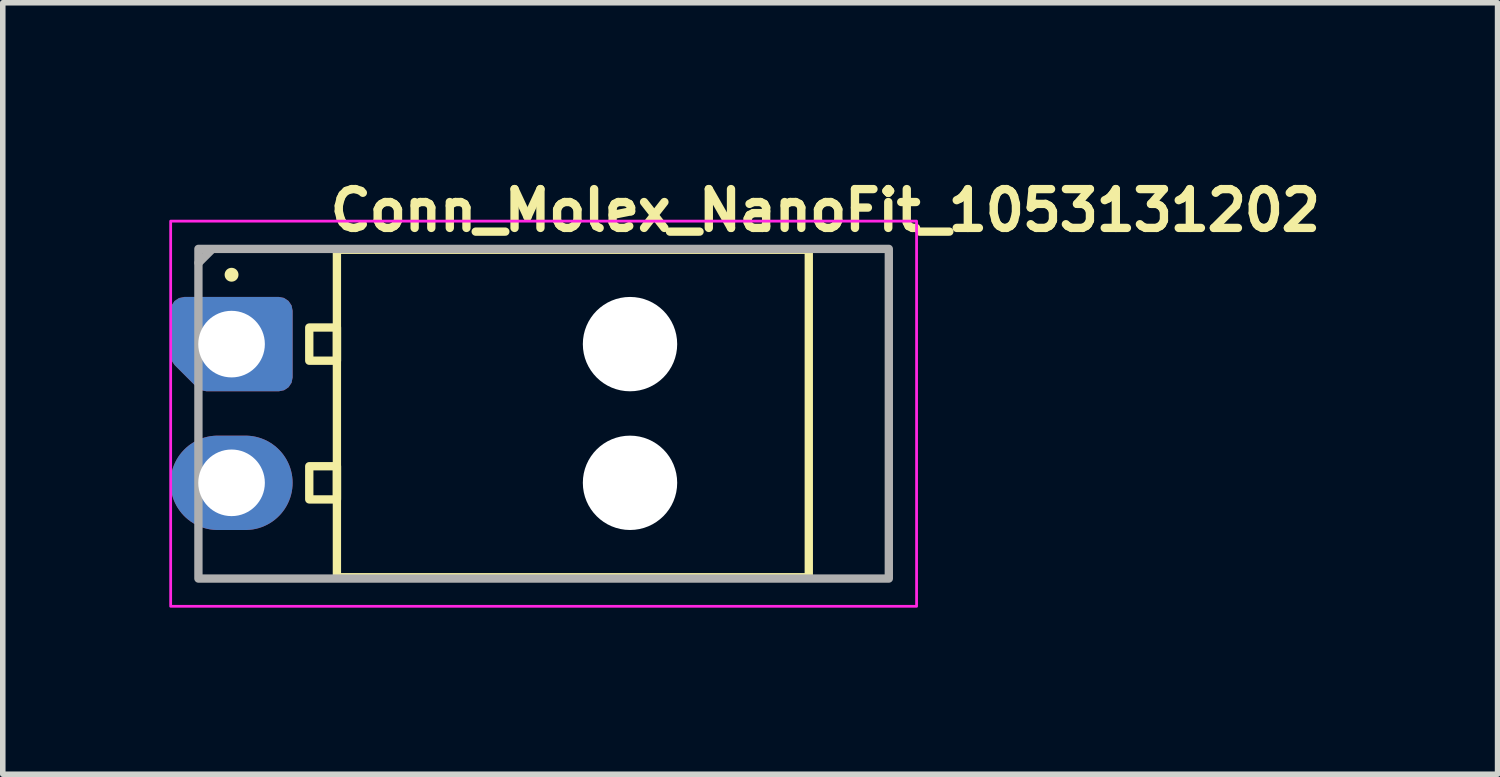
<source format=kicad_pcb>
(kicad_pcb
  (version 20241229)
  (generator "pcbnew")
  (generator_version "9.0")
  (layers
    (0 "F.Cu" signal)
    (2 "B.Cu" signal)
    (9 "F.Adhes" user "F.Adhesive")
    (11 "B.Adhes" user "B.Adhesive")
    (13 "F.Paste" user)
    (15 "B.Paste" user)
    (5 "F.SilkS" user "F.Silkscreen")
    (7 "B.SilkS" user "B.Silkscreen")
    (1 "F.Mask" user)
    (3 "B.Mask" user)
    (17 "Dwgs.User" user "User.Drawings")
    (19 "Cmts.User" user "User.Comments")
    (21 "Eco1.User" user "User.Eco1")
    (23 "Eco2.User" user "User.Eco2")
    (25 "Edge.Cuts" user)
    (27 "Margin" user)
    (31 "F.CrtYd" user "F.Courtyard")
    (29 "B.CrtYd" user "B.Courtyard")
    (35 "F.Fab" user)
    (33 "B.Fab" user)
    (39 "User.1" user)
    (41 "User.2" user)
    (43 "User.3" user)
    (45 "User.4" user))
  (footprint "Conn_Molex_NanoFit_1053131202"
    (layer "F.Cu")
    (at 1.122 3.15)
    (property "Reference" "Conn_Molex_NanoFit_1053131202" (at 1.7 -2 0) (layer "F.SilkS") (effects (font (size 0.7 0.7) (thickness 0.15)) (justify left bottom)))
    (attr through_hole)
    (fp_rect (start 1.4 -0.299) (end 1.899 0.299) (stroke (width 0.15) (type solid)) (fill no) (layer "F.SilkS"))
    (fp_rect (start 1.4 2.2) (end 1.899 2.798) (stroke (width 0.15) (type solid)) (fill no) (layer "F.SilkS"))
    (fp_rect (start 10.4 -1.7) (end 1.898 4.2) (stroke (width 0.15) (type solid)) (fill no) (layer "F.SilkS"))
    (fp_circle (center 0 -1.25) (end 0.05 -1.25) (stroke (width 0.15) (type solid)) (fill yes) (layer "F.SilkS"))
    (fp_rect (start -1.097 -2.216) (end 12.342 4.724) (stroke (width 0.05) (type solid)) (fill no) (layer "F.CrtYd"))
    (fp_line (start -0.35 -1.71) (end -0.595 -1.465) (stroke (width 0.15) (type solid)) (layer "F.Fab"))
    (fp_rect (start -0.597 -1.716) (end 11.842 4.224) (stroke (width 0.15) (type solid)) (fill no) (layer "F.Fab"))
    (fp_rect (start -0.597 -1.716) (end 11.842 4.224) (stroke (width 0.1) (type solid)) (fill no) (layer "User.5"))
    (fp_line (start -0.597 0.005) (end -0.597 0.005) (stroke (width 0.02) (type solid)) (layer "User.9"))
    (fp_line (start -0.597 0.005) (end -0.596 -0.027) (stroke (width 0.02) (type solid)) (layer "User.9"))
    (fp_line (start -0.597 2.504) (end -0.596 2.466) (stroke (width 0.02) (type solid)) (layer "User.9"))
    (fp_line (start -0.596 -0.027) (end -0.594 -0.058) (stroke (width 0.02) (type solid)) (layer "User.9"))
    (fp_line (start -0.596 0.035) (end -0.597 0.005) (stroke (width 0.02) (type solid)) (layer "User.9"))
    (fp_line (start -0.596 2.466) (end -0.592 2.426) (stroke (width 0.02) (type solid)) (layer "User.9"))
    (fp_line (start -0.596 2.543) (end -0.597 2.504) (stroke (width 0.02) (type solid)) (layer "User.9"))
    (fp_line (start -0.594 -0.058) (end -0.59 -0.088) (stroke (width 0.02) (type solid)) (layer "User.9"))
    (fp_line (start -0.594 0.066) (end -0.596 0.035) (stroke (width 0.02) (type solid)) (layer "User.9"))
    (fp_line (start -0.592 2.426) (end -0.586 2.389) (stroke (width 0.02) (type solid)) (layer "User.9"))
    (fp_line (start -0.592 2.581) (end -0.596 2.543) (stroke (width 0.02) (type solid)) (layer "User.9"))
    (fp_line (start -0.59 -0.088) (end -0.585 -0.117) (stroke (width 0.02) (type solid)) (layer "User.9"))
    (fp_line (start -0.59 0.096) (end -0.594 0.066) (stroke (width 0.02) (type solid)) (layer "User.9"))
    (fp_line (start -0.586 2.389) (end -0.577 2.35) (stroke (width 0.02) (type solid)) (layer "User.9"))
    (fp_line (start -0.586 2.62) (end -0.592 2.581) (stroke (width 0.02) (type solid)) (layer "User.9"))
    (fp_line (start -0.585 -0.117) (end -0.578 -0.145) (stroke (width 0.02) (type solid)) (layer "User.9"))
    (fp_line (start -0.585 0.124) (end -0.59 0.096) (stroke (width 0.02) (type solid)) (layer "User.9"))
    (fp_line (start -0.578 -0.145) (end -0.571 -0.175) (stroke (width 0.02) (type solid)) (layer "User.9"))
    (fp_line (start -0.578 0.153) (end -0.585 0.124) (stroke (width 0.02) (type solid)) (layer "User.9"))
    (fp_line (start -0.577 2.35) (end -0.567 2.313) (stroke (width 0.02) (type solid)) (layer "User.9"))
    (fp_line (start -0.577 2.659) (end -0.586 2.62) (stroke (width 0.02) (type solid)) (layer "User.9"))
    (fp_line (start -0.571 -0.175) (end -0.562 -0.203) (stroke (width 0.02) (type solid)) (layer "User.9"))
    (fp_line (start -0.571 0.182) (end -0.578 0.153) (stroke (width 0.02) (type solid)) (layer "User.9"))
    (fp_line (start -0.567 2.313) (end -0.553 2.276) (stroke (width 0.02) (type solid)) (layer "User.9"))
    (fp_line (start -0.567 2.696) (end -0.577 2.659) (stroke (width 0.02) (type solid)) (layer "User.9"))
    (fp_line (start -0.562 -0.203) (end -0.551 -0.23) (stroke (width 0.02) (type solid)) (layer "User.9"))
    (fp_line (start -0.562 0.21) (end -0.571 0.182) (stroke (width 0.02) (type solid)) (layer "User.9"))
    (fp_line (start -0.553 2.276) (end -0.537 2.24) (stroke (width 0.02) (type solid)) (layer "User.9"))
    (fp_line (start -0.553 2.733) (end -0.567 2.696) (stroke (width 0.02) (type solid)) (layer "User.9"))
    (fp_line (start -0.551 -0.23) (end -0.539 -0.255) (stroke (width 0.02) (type solid)) (layer "User.9"))
    (fp_line (start -0.551 0.238) (end -0.562 0.21) (stroke (width 0.02) (type solid)) (layer "User.9"))
    (fp_line (start -0.539 -0.255) (end -0.526 -0.282) (stroke (width 0.02) (type solid)) (layer "User.9"))
    (fp_line (start -0.539 0.265) (end -0.551 0.238) (stroke (width 0.02) (type solid)) (layer "User.9"))
    (fp_line (start -0.537 2.24) (end -0.518 2.205) (stroke (width 0.02) (type solid)) (layer "User.9"))
    (fp_line (start -0.537 2.769) (end -0.553 2.733) (stroke (width 0.02) (type solid)) (layer "User.9"))
    (fp_line (start -0.526 -0.282) (end -0.51 -0.306) (stroke (width 0.02) (type solid)) (layer "User.9"))
    (fp_line (start -0.526 0.29) (end -0.539 0.265) (stroke (width 0.02) (type solid)) (layer "User.9"))
    (fp_line (start -0.518 2.205) (end -0.518 2.205) (stroke (width 0.02) (type solid)) (layer "User.9"))
    (fp_line (start -0.518 2.205) (end -0.507 2.186) (stroke (width 0.02) (type solid)) (layer "User.9"))
    (fp_line (start -0.518 2.805) (end -0.537 2.769) (stroke (width 0.02) (type solid)) (layer "User.9"))
    (fp_line (start -0.518 2.805) (end -0.518 2.805) (stroke (width 0.02) (type solid)) (layer "User.9"))
    (fp_line (start -0.51 -0.306) (end -0.495 -0.332) (stroke (width 0.02) (type solid)) (layer "User.9"))
    (fp_line (start -0.51 0.315) (end -0.526 0.29) (stroke (width 0.02) (type solid)) (layer "User.9"))
    (fp_line (start -0.507 2.186) (end -0.496 2.171) (stroke (width 0.02) (type solid)) (layer "User.9"))
    (fp_line (start -0.496 2.171) (end -0.484 2.153) (stroke (width 0.02) (type solid)) (layer "User.9"))
    (fp_line (start -0.496 2.838) (end -0.518 2.805) (stroke (width 0.02) (type solid)) (layer "User.9"))
    (fp_line (start -0.495 -0.332) (end -0.479 -0.354) (stroke (width 0.02) (type solid)) (layer "User.9"))
    (fp_line (start -0.495 0.34) (end -0.51 0.315) (stroke (width 0.02) (type solid)) (layer "User.9"))
    (fp_line (start -0.484 2.153) (end -0.474 2.137) (stroke (width 0.02) (type solid)) (layer "User.9"))
    (fp_line (start -0.479 -0.354) (end -0.461 -0.377) (stroke (width 0.02) (type solid)) (layer "User.9"))
    (fp_line (start -0.479 0.362) (end -0.495 0.34) (stroke (width 0.02) (type solid)) (layer "User.9"))
    (fp_line (start -0.474 2.137) (end -0.461 2.123) (stroke (width 0.02) (type solid)) (layer "User.9"))
    (fp_line (start -0.474 2.87) (end -0.496 2.838) (stroke (width 0.02) (type solid)) (layer "User.9"))
    (fp_line (start -0.461 -0.377) (end -0.441 -0.4) (stroke (width 0.02) (type solid)) (layer "User.9"))
    (fp_line (start -0.461 0.386) (end -0.479 0.362) (stroke (width 0.02) (type solid)) (layer "User.9"))
    (fp_line (start -0.461 2.123) (end -0.448 2.108) (stroke (width 0.02) (type solid)) (layer "User.9"))
    (fp_line (start -0.448 2.108) (end -0.434 2.092) (stroke (width 0.02) (type solid)) (layer "User.9"))
    (fp_line (start -0.448 2.901) (end -0.474 2.87) (stroke (width 0.02) (type solid)) (layer "User.9"))
    (fp_line (start -0.441 -0.4) (end -0.421 -0.42) (stroke (width 0.02) (type solid)) (layer "User.9"))
    (fp_line (start -0.441 0.408) (end -0.461 0.386) (stroke (width 0.02) (type solid)) (layer "User.9"))
    (fp_line (start -0.434 2.092) (end -0.421 2.079) (stroke (width 0.02) (type solid)) (layer "User.9"))
    (fp_line (start -0.421 -0.42) (end -0.402 -0.439) (stroke (width 0.02) (type solid)) (layer "User.9"))
    (fp_line (start -0.421 0.428) (end -0.441 0.408) (stroke (width 0.02) (type solid)) (layer "User.9"))
    (fp_line (start -0.421 2.079) (end -0.408 2.065) (stroke (width 0.02) (type solid)) (layer "User.9"))
    (fp_line (start -0.421 2.93) (end -0.448 2.901) (stroke (width 0.02) (type solid)) (layer "User.9"))
    (fp_line (start -0.408 2.065) (end -0.393 2.052) (stroke (width 0.02) (type solid)) (layer "User.9"))
    (fp_line (start -0.402 -0.439) (end -0.379 -0.459) (stroke (width 0.02) (type solid)) (layer "User.9"))
    (fp_line (start -0.402 0.449) (end -0.421 0.428) (stroke (width 0.02) (type solid)) (layer "User.9"))
    (fp_line (start -0.393 2.052) (end -0.377 2.039) (stroke (width 0.02) (type solid)) (layer "User.9"))
    (fp_line (start -0.393 2.955) (end -0.421 2.93) (stroke (width 0.02) (type solid)) (layer "User.9"))
    (fp_line (start -0.379 -0.459) (end -0.356 -0.477) (stroke (width 0.02) (type solid)) (layer "User.9"))
    (fp_line (start -0.379 0.467) (end -0.402 0.449) (stroke (width 0.02) (type solid)) (layer "User.9"))
    (fp_line (start -0.377 2.039) (end -0.362 2.027) (stroke (width 0.02) (type solid)) (layer "User.9"))
    (fp_line (start -0.362 2.027) (end -0.347 2.015) (stroke (width 0.02) (type solid)) (layer "User.9"))
    (fp_line (start -0.362 2.98) (end -0.393 2.955) (stroke (width 0.02) (type solid)) (layer "User.9"))
    (fp_line (start -0.356 -0.477) (end -0.334 -0.493) (stroke (width 0.02) (type solid)) (layer "User.9"))
    (fp_line (start -0.356 0.484) (end -0.379 0.467) (stroke (width 0.02) (type solid)) (layer "User.9"))
    (fp_line (start -0.347 2.015) (end -0.331 2.004) (stroke (width 0.02) (type solid)) (layer "User.9"))
    (fp_line (start -0.334 -0.493) (end -0.308 -0.508) (stroke (width 0.02) (type solid)) (layer "User.9"))
    (fp_line (start -0.334 0.501) (end -0.356 0.484) (stroke (width 0.02) (type solid)) (layer "User.9"))
    (fp_line (start -0.331 2.004) (end -0.314 1.995) (stroke (width 0.02) (type solid)) (layer "User.9"))
    (fp_line (start -0.331 3.003) (end -0.362 2.98) (stroke (width 0.02) (type solid)) (layer "User.9"))
    (fp_line (start -0.315 -0.313) (end -0.309 -0.313) (stroke (width 0.02) (type solid)) (layer "User.9"))
    (fp_line (start -0.315 0.322) (end -0.315 -0.313) (stroke (width 0.02) (type solid)) (layer "User.9"))
    (fp_line (start -0.315 0.322) (end -0.309 0.322) (stroke (width 0.02) (type solid)) (layer "User.9"))
    (fp_line (start -0.315 2.186) (end -0.309 2.186) (stroke (width 0.02) (type solid)) (layer "User.9"))
    (fp_line (start -0.315 2.822) (end -0.315 2.186) (stroke (width 0.02) (type solid)) (layer "User.9"))
    (fp_line (start -0.315 2.822) (end -0.309 2.822) (stroke (width 0.02) (type solid)) (layer "User.9"))
    (fp_line (start -0.314 1.995) (end -0.297 1.985) (stroke (width 0.02) (type solid)) (layer "User.9"))
    (fp_line (start -0.309 -0.313) (end -0.309 -0.313) (stroke (width 0.02) (type solid)) (layer "User.9"))
    (fp_line (start -0.309 -0.313) (end -0.291 -0.313) (stroke (width 0.02) (type solid)) (layer "User.9"))
    (fp_line (start -0.309 0.322) (end -0.309 0.322) (stroke (width 0.02) (type solid)) (layer "User.9"))
    (fp_line (start -0.309 0.322) (end -0.291 0.322) (stroke (width 0.02) (type solid)) (layer "User.9"))
    (fp_line (start -0.309 2.186) (end -0.309 2.186) (stroke (width 0.02) (type solid)) (layer "User.9"))
    (fp_line (start -0.309 2.186) (end -0.291 2.186) (stroke (width 0.02) (type solid)) (layer "User.9"))
    (fp_line (start -0.309 2.822) (end -0.309 2.822) (stroke (width 0.02) (type solid)) (layer "User.9"))
    (fp_line (start -0.309 2.822) (end -0.291 2.822) (stroke (width 0.02) (type solid)) (layer "User.9"))
    (fp_line (start -0.308 -0.508) (end -0.284 -0.524) (stroke (width 0.02) (type solid)) (layer "User.9"))
    (fp_line (start -0.308 0.518) (end -0.334 0.501) (stroke (width 0.02) (type solid)) (layer "User.9"))
    (fp_line (start -0.297 1.985) (end -0.281 1.975) (stroke (width 0.02) (type solid)) (layer "User.9"))
    (fp_line (start -0.297 3.023) (end -0.331 3.003) (stroke (width 0.02) (type solid)) (layer "User.9"))
    (fp_line (start -0.291 -0.313) (end -0.291 -0.313) (stroke (width 0.02) (type solid)) (layer "User.9"))
    (fp_line (start -0.291 -0.313) (end -0.263 -0.313) (stroke (width 0.02) (type solid)) (layer "User.9"))
    (fp_line (start -0.291 0.322) (end -0.291 0.322) (stroke (width 0.02) (type solid)) (layer "User.9"))
    (fp_line (start -0.291 0.322) (end -0.263 0.322) (stroke (width 0.02) (type solid)) (layer "User.9"))
    (fp_line (start -0.291 2.186) (end -0.291 2.186) (stroke (width 0.02) (type solid)) (layer "User.9"))
    (fp_line (start -0.291 2.186) (end -0.263 2.186) (stroke (width 0.02) (type solid)) (layer "User.9"))
    (fp_line (start -0.291 2.822) (end -0.291 2.822) (stroke (width 0.02) (type solid)) (layer "User.9"))
    (fp_line (start -0.291 2.822) (end -0.263 2.822) (stroke (width 0.02) (type solid)) (layer "User.9"))
    (fp_line (start -0.284 -0.524) (end -0.258 -0.537) (stroke (width 0.02) (type solid)) (layer "User.9"))
    (fp_line (start -0.284 0.532) (end -0.308 0.518) (stroke (width 0.02) (type solid)) (layer "User.9"))
    (fp_line (start -0.281 1.975) (end -0.264 1.967) (stroke (width 0.02) (type solid)) (layer "User.9"))
    (fp_line (start -0.264 1.967) (end -0.246 1.957) (stroke (width 0.02) (type solid)) (layer "User.9"))
    (fp_line (start -0.264 3.043) (end -0.297 3.023) (stroke (width 0.02) (type solid)) (layer "User.9"))
    (fp_line (start -0.263 -0.313) (end -0.263 -0.313) (stroke (width 0.02) (type solid)) (layer "User.9"))
    (fp_line (start -0.263 -0.313) (end -0.222 -0.313) (stroke (width 0.02) (type solid)) (layer "User.9"))
    (fp_line (start -0.263 0.322) (end -0.263 0.322) (stroke (width 0.02) (type solid)) (layer "User.9"))
    (fp_line (start -0.263 0.322) (end -0.222 0.322) (stroke (width 0.02) (type solid)) (layer "User.9"))
    (fp_line (start -0.263 2.186) (end -0.263 2.186) (stroke (width 0.02) (type solid)) (layer "User.9"))
    (fp_line (start -0.263 2.186) (end -0.222 2.186) (stroke (width 0.02) (type solid)) (layer "User.9"))
    (fp_line (start -0.263 2.822) (end -0.263 2.822) (stroke (width 0.02) (type solid)) (layer "User.9"))
    (fp_line (start -0.263 2.822) (end -0.222 2.822) (stroke (width 0.02) (type solid)) (layer "User.9"))
    (fp_line (start -0.258 -0.537) (end -0.232 -0.549) (stroke (width 0.02) (type solid)) (layer "User.9"))
    (fp_line (start -0.258 0.545) (end -0.284 0.532) (stroke (width 0.02) (type solid)) (layer "User.9"))
    (fp_line (start -0.246 1.957) (end -0.229 1.951) (stroke (width 0.02) (type solid)) (layer "User.9"))
    (fp_line (start -0.232 -0.549) (end -0.205 -0.56) (stroke (width 0.02) (type solid)) (layer "User.9"))
    (fp_line (start -0.232 0.557) (end -0.258 0.545) (stroke (width 0.02) (type solid)) (layer "User.9"))
    (fp_line (start -0.229 1.951) (end -0.21 1.943) (stroke (width 0.02) (type solid)) (layer "User.9"))
    (fp_line (start -0.229 3.059) (end -0.264 3.043) (stroke (width 0.02) (type solid)) (layer "User.9"))
    (fp_line (start -0.222 -0.313) (end -0.222 -0.313) (stroke (width 0.02) (type solid)) (layer "User.9"))
    (fp_line (start -0.222 -0.313) (end -0.173 -0.313) (stroke (width 0.02) (type solid)) (layer "User.9"))
    (fp_line (start -0.222 0.322) (end -0.222 0.322) (stroke (width 0.02) (type solid)) (layer "User.9"))
    (fp_line (start -0.222 0.322) (end -0.173 0.322) (stroke (width 0.02) (type solid)) (layer "User.9"))
    (fp_line (start -0.222 2.186) (end -0.222 2.186) (stroke (width 0.02) (type solid)) (layer "User.9"))
    (fp_line (start -0.222 2.186) (end -0.173 2.186) (stroke (width 0.02) (type solid)) (layer "User.9"))
    (fp_line (start -0.222 2.822) (end -0.222 2.822) (stroke (width 0.02) (type solid)) (layer "User.9"))
    (fp_line (start -0.222 2.822) (end -0.173 2.822) (stroke (width 0.02) (type solid)) (layer "User.9"))
    (fp_line (start -0.21 1.943) (end -0.191 1.937) (stroke (width 0.02) (type solid)) (layer "User.9"))
    (fp_line (start -0.205 -0.56) (end -0.176 -0.569) (stroke (width 0.02) (type solid)) (layer "User.9"))
    (fp_line (start -0.205 0.568) (end -0.232 0.557) (stroke (width 0.02) (type solid)) (layer "User.9"))
    (fp_line (start -0.191 1.937) (end -0.174 1.931) (stroke (width 0.02) (type solid)) (layer "User.9"))
    (fp_line (start -0.191 3.072) (end -0.229 3.059) (stroke (width 0.02) (type solid)) (layer "User.9"))
    (fp_line (start -0.176 -0.569) (end -0.147 -0.577) (stroke (width 0.02) (type solid)) (layer "User.9"))
    (fp_line (start -0.176 0.577) (end -0.205 0.568) (stroke (width 0.02) (type solid)) (layer "User.9"))
    (fp_line (start -0.174 1.931) (end -0.154 1.925) (stroke (width 0.02) (type solid)) (layer "User.9"))
    (fp_line (start -0.173 -0.313) (end -0.173 -0.313) (stroke (width 0.02) (type solid)) (layer "User.9"))
    (fp_line (start -0.173 -0.313) (end -0.111 -0.313) (stroke (width 0.02) (type solid)) (layer "User.9"))
    (fp_line (start -0.173 0.322) (end -0.173 0.322) (stroke (width 0.02) (type solid)) (layer "User.9"))
    (fp_line (start -0.173 0.322) (end -0.111 0.322) (stroke (width 0.02) (type solid)) (layer "User.9"))
    (fp_line (start -0.173 2.186) (end -0.173 2.186) (stroke (width 0.02) (type solid)) (layer "User.9"))
    (fp_line (start -0.173 2.186) (end -0.111 2.186) (stroke (width 0.02) (type solid)) (layer "User.9"))
    (fp_line (start -0.173 2.822) (end -0.173 2.822) (stroke (width 0.02) (type solid)) (layer "User.9"))
    (fp_line (start -0.173 2.822) (end -0.111 2.822) (stroke (width 0.02) (type solid)) (layer "User.9"))
    (fp_line (start -0.154 1.925) (end -0.136 1.921) (stroke (width 0.02) (type solid)) (layer "User.9"))
    (fp_line (start -0.154 3.084) (end -0.191 3.072) (stroke (width 0.02) (type solid)) (layer "User.9"))
    (fp_line (start -0.147 -0.577) (end -0.119 -0.583) (stroke (width 0.02) (type solid)) (layer "User.9"))
    (fp_line (start -0.147 0.585) (end -0.176 0.577) (stroke (width 0.02) (type solid)) (layer "User.9"))
    (fp_line (start -0.136 1.921) (end -0.117 1.916) (stroke (width 0.02) (type solid)) (layer "User.9"))
    (fp_line (start -0.119 -0.583) (end -0.089 -0.588) (stroke (width 0.02) (type solid)) (layer "User.9"))
    (fp_line (start -0.119 0.591) (end -0.147 0.585) (stroke (width 0.02) (type solid)) (layer "User.9"))
    (fp_line (start -0.117 1.916) (end -0.096 1.912) (stroke (width 0.02) (type solid)) (layer "User.9"))
    (fp_line (start -0.117 3.092) (end -0.154 3.084) (stroke (width 0.02) (type solid)) (layer "User.9"))
    (fp_line (start -0.111 -0.313) (end -0.111 -0.313) (stroke (width 0.02) (type solid)) (layer "User.9"))
    (fp_line (start -0.111 -0.313) (end -0.042 -0.313) (stroke (width 0.02) (type solid)) (layer "User.9"))
    (fp_line (start -0.111 0.322) (end -0.111 0.322) (stroke (width 0.02) (type solid)) (layer "User.9"))
    (fp_line (start -0.111 0.322) (end -0.042 0.322) (stroke (width 0.02) (type solid)) (layer "User.9"))
    (fp_line (start -0.111 2.186) (end -0.111 2.186) (stroke (width 0.02) (type solid)) (layer "User.9"))
    (fp_line (start -0.111 2.186) (end -0.042 2.186) (stroke (width 0.02) (type solid)) (layer "User.9"))
    (fp_line (start -0.111 2.822) (end -0.111 2.822) (stroke (width 0.02) (type solid)) (layer "User.9"))
    (fp_line (start -0.111 2.822) (end -0.042 2.822) (stroke (width 0.02) (type solid)) (layer "User.9"))
    (fp_line (start -0.096 1.912) (end -0.077 1.91) (stroke (width 0.02) (type solid)) (layer "User.9"))
    (fp_line (start -0.089 -0.588) (end -0.06 -0.592) (stroke (width 0.02) (type solid)) (layer "User.9"))
    (fp_line (start -0.089 0.597) (end -0.119 0.591) (stroke (width 0.02) (type solid)) (layer "User.9"))
    (fp_line (start -0.077 1.91) (end -0.058 1.908) (stroke (width 0.02) (type solid)) (layer "User.9"))
    (fp_line (start -0.077 3.099) (end -0.117 3.092) (stroke (width 0.02) (type solid)) (layer "User.9"))
    (fp_line (start -0.06 -0.592) (end -0.028 -0.595) (stroke (width 0.02) (type solid)) (layer "User.9"))
    (fp_line (start -0.06 0.6) (end -0.089 0.597) (stroke (width 0.02) (type solid)) (layer "User.9"))
    (fp_line (start -0.058 1.908) (end -0.037 1.906) (stroke (width 0.02) (type solid)) (layer "User.9"))
    (fp_line (start -0.042 -0.313) (end -0.042 -0.313) (stroke (width 0.02) (type solid)) (layer "User.9"))
    (fp_line (start -0.042 -0.313) (end 0.619 -0.313) (stroke (width 0.02) (type solid)) (layer "User.9"))
    (fp_line (start -0.042 0.322) (end -0.042 0.322) (stroke (width 0.02) (type solid)) (layer "User.9"))
    (fp_line (start -0.042 0.322) (end 0.619 0.322) (stroke (width 0.02) (type solid)) (layer "User.9"))
    (fp_line (start -0.042 2.186) (end -0.042 2.186) (stroke (width 0.02) (type solid)) (layer "User.9"))
    (fp_line (start -0.042 2.186) (end 0.619 2.186) (stroke (width 0.02) (type solid)) (layer "User.9"))
    (fp_line (start -0.042 2.822) (end -0.042 2.822) (stroke (width 0.02) (type solid)) (layer "User.9"))
    (fp_line (start -0.042 2.822) (end 0.619 2.822) (stroke (width 0.02) (type solid)) (layer "User.9"))
    (fp_line (start -0.037 1.906) (end -0.018 1.904) (stroke (width 0.02) (type solid)) (layer "User.9"))
    (fp_line (start -0.037 3.103) (end -0.077 3.099) (stroke (width 0.02) (type solid)) (layer "User.9"))
    (fp_line (start -0.028 -0.595) (end 0.003 -0.595) (stroke (width 0.02) (type solid)) (layer "User.9"))
    (fp_line (start -0.028 0.603) (end -0.06 0.6) (stroke (width 0.02) (type solid)) (layer "User.9"))
    (fp_line (start -0.018 1.904) (end 0.003 1.904) (stroke (width 0.02) (type solid)) (layer "User.9"))
    (fp_line (start 0.003 -0.595) (end 0.041 -0.594) (stroke (width 0.02) (type solid)) (layer "User.9"))
    (fp_line (start 0.003 0.604) (end -0.028 0.603) (stroke (width 0.02) (type solid)) (layer "User.9"))
    (fp_line (start 0.003 1.904) (end 0.041 1.906) (stroke (width 0.02) (type solid)) (layer "User.9"))
    (fp_line (start 0.003 3.104) (end -0.037 3.103) (stroke (width 0.02) (type solid)) (layer "User.9"))
    (fp_line (start 0.021 0.603) (end 0.003 0.604) (stroke (width 0.02) (type solid)) (layer "User.9"))
    (fp_line (start 0.021 3.104) (end 0.003 3.104) (stroke (width 0.02) (type solid)) (layer "User.9"))
    (fp_line (start 0.041 -0.594) (end 0.08 -0.59) (stroke (width 0.02) (type solid)) (layer "User.9"))
    (fp_line (start 0.041 0.602) (end 0.021 0.603) (stroke (width 0.02) (type solid)) (layer "User.9"))
    (fp_line (start 0.041 1.906) (end 0.08 1.908) (stroke (width 0.02) (type solid)) (layer "User.9"))
    (fp_line (start 0.041 3.103) (end 0.021 3.104) (stroke (width 0.02) (type solid)) (layer "User.9"))
    (fp_line (start 0.059 0.601) (end 0.041 0.602) (stroke (width 0.02) (type solid)) (layer "User.9"))
    (fp_line (start 0.059 3.101) (end 0.041 3.103) (stroke (width 0.02) (type solid)) (layer "User.9"))
    (fp_line (start 0.08 -0.59) (end 0.117 -0.584) (stroke (width 0.02) (type solid)) (layer "User.9"))
    (fp_line (start 0.08 0.599) (end 0.059 0.601) (stroke (width 0.02) (type solid)) (layer "User.9"))
    (fp_line (start 0.08 1.908) (end 0.117 1.916) (stroke (width 0.02) (type solid)) (layer "User.9"))
    (fp_line (start 0.08 3.1) (end 0.059 3.101) (stroke (width 0.02) (type solid)) (layer "User.9"))
    (fp_line (start 0.098 0.596) (end 0.08 0.599) (stroke (width 0.02) (type solid)) (layer "User.9"))
    (fp_line (start 0.098 3.096) (end 0.08 3.1) (stroke (width 0.02) (type solid)) (layer "User.9"))
    (fp_line (start 0.117 -0.584) (end 0.153 -0.577) (stroke (width 0.02) (type solid)) (layer "User.9"))
    (fp_line (start 0.117 0.593) (end 0.098 0.596) (stroke (width 0.02) (type solid)) (layer "User.9"))
    (fp_line (start 0.117 1.916) (end 0.153 1.923) (stroke (width 0.02) (type solid)) (layer "User.9"))
    (fp_line (start 0.117 3.093) (end 0.098 3.096) (stroke (width 0.02) (type solid)) (layer "User.9"))
    (fp_line (start 0.153 -0.577) (end 0.189 -0.566) (stroke (width 0.02) (type solid)) (layer "User.9"))
    (fp_line (start 0.153 0.584) (end 0.117 0.593) (stroke (width 0.02) (type solid)) (layer "User.9"))
    (fp_line (start 0.153 1.923) (end 0.189 1.935) (stroke (width 0.02) (type solid)) (layer "User.9"))
    (fp_line (start 0.153 3.084) (end 0.117 3.093) (stroke (width 0.02) (type solid)) (layer "User.9"))
    (fp_line (start 0.189 -0.566) (end 0.226 -0.553) (stroke (width 0.02) (type solid)) (layer "User.9"))
    (fp_line (start 0.189 0.574) (end 0.153 0.584) (stroke (width 0.02) (type solid)) (layer "User.9"))
    (fp_line (start 0.189 1.935) (end 0.226 1.947) (stroke (width 0.02) (type solid)) (layer "User.9"))
    (fp_line (start 0.189 3.073) (end 0.153 3.084) (stroke (width 0.02) (type solid)) (layer "User.9"))
    (fp_line (start 0.226 -0.553) (end 0.26 -0.538) (stroke (width 0.02) (type solid)) (layer "User.9"))
    (fp_line (start 0.226 0.562) (end 0.189 0.574) (stroke (width 0.02) (type solid)) (layer "User.9"))
    (fp_line (start 0.226 1.947) (end 0.26 1.963) (stroke (width 0.02) (type solid)) (layer "User.9"))
    (fp_line (start 0.226 3.062) (end 0.189 3.073) (stroke (width 0.02) (type solid)) (layer "User.9"))
    (fp_line (start 0.26 -0.538) (end 0.293 -0.521) (stroke (width 0.02) (type solid)) (layer "User.9"))
    (fp_line (start 0.26 0.546) (end 0.226 0.562) (stroke (width 0.02) (type solid)) (layer "User.9"))
    (fp_line (start 0.26 1.963) (end 0.293 1.979) (stroke (width 0.02) (type solid)) (layer "User.9"))
    (fp_line (start 0.26 3.046) (end 0.226 3.062) (stroke (width 0.02) (type solid)) (layer "User.9"))
    (fp_line (start 0.293 -0.521) (end 0.326 -0.501) (stroke (width 0.02) (type solid)) (layer "User.9"))
    (fp_line (start 0.293 0.529) (end 0.26 0.546) (stroke (width 0.02) (type solid)) (layer "User.9"))
    (fp_line (start 0.293 1.979) (end 0.326 1.999) (stroke (width 0.02) (type solid)) (layer "User.9"))
    (fp_line (start 0.293 3.028) (end 0.26 3.046) (stroke (width 0.02) (type solid)) (layer "User.9"))
    (fp_line (start 0.326 -0.501) (end 0.356 -0.48) (stroke (width 0.02) (type solid)) (layer "User.9"))
    (fp_line (start 0.326 0.509) (end 0.293 0.529) (stroke (width 0.02) (type solid)) (layer "User.9"))
    (fp_line (start 0.326 1.999) (end 0.356 2.019) (stroke (width 0.02) (type solid)) (layer "User.9"))
    (fp_line (start 0.326 3.01) (end 0.293 3.028) (stroke (width 0.02) (type solid)) (layer "User.9"))
    (fp_line (start 0.356 -0.48) (end 0.387 -0.457) (stroke (width 0.02) (type solid)) (layer "User.9"))
    (fp_line (start 0.356 0.488) (end 0.326 0.509) (stroke (width 0.02) (type solid)) (layer "User.9"))
    (fp_line (start 0.356 2.019) (end 0.387 2.043) (stroke (width 0.02) (type solid)) (layer "User.9"))
    (fp_line (start 0.356 2.988) (end 0.326 3.01) (stroke (width 0.02) (type solid)) (layer "User.9"))
    (fp_line (start 0.387 -0.457) (end 0.415 -0.431) (stroke (width 0.02) (type solid)) (layer "User.9"))
    (fp_line (start 0.387 0.465) (end 0.356 0.488) (stroke (width 0.02) (type solid)) (layer "User.9"))
    (fp_line (start 0.387 2.043) (end 0.415 2.068) (stroke (width 0.02) (type solid)) (layer "User.9"))
    (fp_line (start 0.387 2.964) (end 0.356 2.988) (stroke (width 0.02) (type solid)) (layer "User.9"))
    (fp_line (start 0.415 -0.431) (end 0.441 -0.405) (stroke (width 0.02) (type solid)) (layer "User.9"))
    (fp_line (start 0.415 0.439) (end 0.387 0.465) (stroke (width 0.02) (type solid)) (layer "User.9"))
    (fp_line (start 0.415 2.068) (end 0.441 2.096) (stroke (width 0.02) (type solid)) (layer "User.9"))
    (fp_line (start 0.415 2.939) (end 0.387 2.964) (stroke (width 0.02) (type solid)) (layer "User.9"))
    (fp_line (start 0.441 -0.405) (end 0.467 -0.376) (stroke (width 0.02) (type solid)) (layer "User.9"))
    (fp_line (start 0.441 0.413) (end 0.415 0.439) (stroke (width 0.02) (type solid)) (layer "User.9"))
    (fp_line (start 0.441 2.096) (end 0.467 2.124) (stroke (width 0.02) (type solid)) (layer "User.9"))
    (fp_line (start 0.441 2.913) (end 0.415 2.939) (stroke (width 0.02) (type solid)) (layer "User.9"))
    (fp_line (start 0.455 0.399) (end 0.441 0.413) (stroke (width 0.02) (type solid)) (layer "User.9"))
    (fp_line (start 0.455 2.898) (end 0.441 2.913) (stroke (width 0.02) (type solid)) (layer "User.9"))
    (fp_line (start 0.467 -0.376) (end 0.489 -0.346) (stroke (width 0.02) (type solid)) (layer "User.9"))
    (fp_line (start 0.467 0.385) (end 0.455 0.399) (stroke (width 0.02) (type solid)) (layer "User.9"))
    (fp_line (start 0.467 2.124) (end 0.489 2.155) (stroke (width 0.02) (type solid)) (layer "User.9"))
    (fp_line (start 0.467 2.885) (end 0.455 2.898) (stroke (width 0.02) (type solid)) (layer "User.9"))
    (fp_line (start 0.479 0.369) (end 0.467 0.385) (stroke (width 0.02) (type solid)) (layer "User.9"))
    (fp_line (start 0.479 2.87) (end 0.467 2.885) (stroke (width 0.02) (type solid)) (layer "User.9"))
    (fp_line (start 0.489 -0.346) (end 0.512 -0.313) (stroke (width 0.02) (type solid)) (layer "User.9"))
    (fp_line (start 0.489 0.353) (end 0.479 0.369) (stroke (width 0.02) (type solid)) (layer "User.9"))
    (fp_line (start 0.489 2.155) (end 0.512 2.186) (stroke (width 0.02) (type solid)) (layer "User.9"))
    (fp_line (start 0.489 2.854) (end 0.479 2.87) (stroke (width 0.02) (type solid)) (layer "User.9"))
    (fp_line (start 0.5 0.338) (end 0.489 0.353) (stroke (width 0.02) (type solid)) (layer "User.9"))
    (fp_line (start 0.5 2.838) (end 0.489 2.854) (stroke (width 0.02) (type solid)) (layer "User.9"))
    (fp_line (start 0.512 0.322) (end 0.5 0.338) (stroke (width 0.02) (type solid)) (layer "User.9"))
    (fp_line (start 0.512 2.822) (end 0.5 2.838) (stroke (width 0.02) (type solid)) (layer "User.9"))
    (fp_line (start 0.619 -0.313) (end 1.923 -0.313) (stroke (width 0.02) (type solid)) (layer "User.9"))
    (fp_line (start 0.619 0.322) (end 1.923 0.322) (stroke (width 0.02) (type solid)) (layer "User.9"))
    (fp_line (start 0.619 2.186) (end 1.923 2.186) (stroke (width 0.02) (type solid)) (layer "User.9"))
    (fp_line (start 0.619 2.822) (end 1.923 2.822) (stroke (width 0.02) (type solid)) (layer "User.9"))
    (fp_line (start 1.923 -1.716) (end 1.923 4.224) (stroke (width 0.02) (type solid)) (layer "User.9"))
    (fp_line (start 1.923 4.224) (end 10.383 4.224) (stroke (width 0.02) (type solid)) (layer "User.9"))
    (fp_line (start 5.382 -1.109) (end 5.382 -1.095) (stroke (width 0.02) (type solid)) (layer "User.9"))
    (fp_line (start 5.382 0.104) (end 5.382 -1.095) (stroke (width 0.02) (type solid)) (layer "User.9"))
    (fp_line (start 5.382 0.104) (end 5.382 2.405) (stroke (width 0.02) (type solid)) (layer "User.9"))
    (fp_line (start 5.382 0.104) (end 5.632 0.104) (stroke (width 0.02) (type solid)) (layer "User.9"))
    (fp_line (start 5.382 2.405) (end 5.632 2.405) (stroke (width 0.02) (type solid)) (layer "User.9"))
    (fp_line (start 5.382 3.604) (end 5.382 2.405) (stroke (width 0.02) (type solid)) (layer "User.9"))
    (fp_line (start 5.382 3.616) (end 5.382 3.604) (stroke (width 0.02) (type solid)) (layer "User.9"))
    (fp_line (start 5.382 3.616) (end 5.382 3.604) (stroke (width 0.02) (type solid)) (layer "User.9"))
    (fp_line (start 5.384 -1.133) (end 5.384 -1.121) (stroke (width 0.02) (type solid)) (layer "User.9"))
    (fp_line (start 5.384 -1.121) (end 5.382 -1.109) (stroke (width 0.02) (type solid)) (layer "User.9"))
    (fp_line (start 5.384 3.628) (end 5.382 3.616) (stroke (width 0.02) (type solid)) (layer "User.9"))
    (fp_line (start 5.384 3.628) (end 5.382 3.616) (stroke (width 0.02) (type solid)) (layer "User.9"))
    (fp_line (start 5.384 3.64) (end 5.384 3.628) (stroke (width 0.02) (type solid)) (layer "User.9"))
    (fp_line (start 5.384 3.64) (end 5.384 3.628) (stroke (width 0.02) (type solid)) (layer "User.9"))
    (fp_line (start 5.387 -1.145) (end 5.384 -1.133) (stroke (width 0.02) (type solid)) (layer "User.9"))
    (fp_line (start 5.387 3.653) (end 5.384 3.64) (stroke (width 0.02) (type solid)) (layer "User.9"))
    (fp_line (start 5.387 3.653) (end 5.384 3.64) (stroke (width 0.02) (type solid)) (layer "User.9"))
    (fp_line (start 5.389 -1.156) (end 5.387 -1.145) (stroke (width 0.02) (type solid)) (layer "User.9"))
    (fp_line (start 5.389 3.665) (end 5.387 3.653) (stroke (width 0.02) (type solid)) (layer "User.9"))
    (fp_line (start 5.389 3.665) (end 5.387 3.653) (stroke (width 0.02) (type solid)) (layer "User.9"))
    (fp_line (start 5.392 -1.168) (end 5.389 -1.156) (stroke (width 0.02) (type solid)) (layer "User.9"))
    (fp_line (start 5.392 3.676) (end 5.389 3.665) (stroke (width 0.02) (type solid)) (layer "User.9"))
    (fp_line (start 5.392 3.676) (end 5.389 3.665) (stroke (width 0.02) (type solid)) (layer "User.9"))
    (fp_line (start 5.397 -1.18) (end 5.392 -1.168) (stroke (width 0.02) (type solid)) (layer "User.9"))
    (fp_line (start 5.397 3.688) (end 5.392 3.676) (stroke (width 0.02) (type solid)) (layer "User.9"))
    (fp_line (start 5.397 3.688) (end 5.392 3.676) (stroke (width 0.02) (type solid)) (layer "User.9"))
    (fp_line (start 5.402 -1.192) (end 5.397 -1.18) (stroke (width 0.02) (type solid)) (layer "User.9"))
    (fp_line (start 5.402 3.7) (end 5.397 3.688) (stroke (width 0.02) (type solid)) (layer "User.9"))
    (fp_line (start 5.402 3.7) (end 5.397 3.688) (stroke (width 0.02) (type solid)) (layer "User.9"))
    (fp_line (start 5.406 -1.202) (end 5.402 -1.192) (stroke (width 0.02) (type solid)) (layer "User.9"))
    (fp_line (start 5.406 3.711) (end 5.402 3.7) (stroke (width 0.02) (type solid)) (layer "User.9"))
    (fp_line (start 5.406 3.711) (end 5.402 3.7) (stroke (width 0.02) (type solid)) (layer "User.9"))
    (fp_line (start 5.411 -1.214) (end 5.406 -1.202) (stroke (width 0.02) (type solid)) (layer "User.9"))
    (fp_line (start 5.411 3.721) (end 5.406 3.711) (stroke (width 0.02) (type solid)) (layer "User.9"))
    (fp_line (start 5.411 3.721) (end 5.406 3.711) (stroke (width 0.02) (type solid)) (layer "User.9"))
    (fp_line (start 5.418 -1.224) (end 5.411 -1.214) (stroke (width 0.02) (type solid)) (layer "User.9"))
    (fp_line (start 5.418 3.733) (end 5.411 3.721) (stroke (width 0.02) (type solid)) (layer "User.9"))
    (fp_line (start 5.418 3.733) (end 5.411 3.721) (stroke (width 0.02) (type solid)) (layer "User.9"))
    (fp_line (start 5.424 -1.234) (end 5.418 -1.224) (stroke (width 0.02) (type solid)) (layer "User.9"))
    (fp_line (start 5.424 3.742) (end 5.418 3.733) (stroke (width 0.02) (type solid)) (layer "User.9"))
    (fp_line (start 5.424 3.742) (end 5.418 3.733) (stroke (width 0.02) (type solid)) (layer "User.9"))
    (fp_line (start 5.432 -1.244) (end 5.424 -1.234) (stroke (width 0.02) (type solid)) (layer "User.9"))
    (fp_line (start 5.432 3.753) (end 5.424 3.742) (stroke (width 0.02) (type solid)) (layer "User.9"))
    (fp_line (start 5.432 3.753) (end 5.424 3.742) (stroke (width 0.02) (type solid)) (layer "User.9"))
    (fp_line (start 5.438 -1.254) (end 5.432 -1.244) (stroke (width 0.02) (type solid)) (layer "User.9"))
    (fp_line (start 5.438 3.762) (end 5.432 3.753) (stroke (width 0.02) (type solid)) (layer "User.9"))
    (fp_line (start 5.438 3.762) (end 5.432 3.753) (stroke (width 0.02) (type solid)) (layer "User.9"))
    (fp_line (start 5.446 -1.264) (end 5.438 -1.254) (stroke (width 0.02) (type solid)) (layer "User.9"))
    (fp_line (start 5.446 3.772) (end 5.438 3.762) (stroke (width 0.02) (type solid)) (layer "User.9"))
    (fp_line (start 5.446 3.772) (end 5.438 3.762) (stroke (width 0.02) (type solid)) (layer "User.9"))
    (fp_line (start 5.456 -1.272) (end 5.446 -1.264) (stroke (width 0.02) (type solid)) (layer "User.9"))
    (fp_line (start 5.456 -1.272) (end 5.456 -1.272) (stroke (width 0.02) (type solid)) (layer "User.9"))
    (fp_line (start 5.456 3.781) (end 5.446 3.772) (stroke (width 0.02) (type solid)) (layer "User.9"))
    (fp_line (start 5.456 3.781) (end 5.446 3.772) (stroke (width 0.02) (type solid)) (layer "User.9"))
    (fp_line (start 5.456 3.781) (end 5.456 3.781) (stroke (width 0.02) (type solid)) (layer "User.9"))
    (fp_line (start 5.456 3.781) (end 5.456 3.781) (stroke (width 0.02) (type solid)) (layer "User.9"))
    (fp_line (start 5.464 -1.281) (end 5.456 -1.272) (stroke (width 0.02) (type solid)) (layer "User.9"))
    (fp_line (start 5.464 3.789) (end 5.456 3.781) (stroke (width 0.02) (type solid)) (layer "User.9"))
    (fp_line (start 5.464 3.789) (end 5.456 3.781) (stroke (width 0.02) (type solid)) (layer "User.9"))
    (fp_line (start 5.474 -1.289) (end 5.464 -1.281) (stroke (width 0.02) (type solid)) (layer "User.9"))
    (fp_line (start 5.474 3.797) (end 5.464 3.789) (stroke (width 0.02) (type solid)) (layer "User.9"))
    (fp_line (start 5.474 3.797) (end 5.464 3.789) (stroke (width 0.02) (type solid)) (layer "User.9"))
    (fp_line (start 5.483 -1.297) (end 5.474 -1.289) (stroke (width 0.02) (type solid)) (layer "User.9"))
    (fp_line (start 5.483 3.805) (end 5.474 3.797) (stroke (width 0.02) (type solid)) (layer "User.9"))
    (fp_line (start 5.483 3.805) (end 5.474 3.797) (stroke (width 0.02) (type solid)) (layer "User.9"))
    (fp_line (start 5.493 -1.303) (end 5.483 -1.297) (stroke (width 0.02) (type solid)) (layer "User.9"))
    (fp_line (start 5.493 3.813) (end 5.483 3.805) (stroke (width 0.02) (type solid)) (layer "User.9"))
    (fp_line (start 5.493 3.813) (end 5.483 3.805) (stroke (width 0.02) (type solid)) (layer "User.9"))
    (fp_line (start 5.504 -1.311) (end 5.493 -1.303) (stroke (width 0.02) (type solid)) (layer "User.9"))
    (fp_line (start 5.504 3.818) (end 5.493 3.813) (stroke (width 0.02) (type solid)) (layer "User.9"))
    (fp_line (start 5.504 3.818) (end 5.493 3.813) (stroke (width 0.02) (type solid)) (layer "User.9"))
    (fp_line (start 5.514 -1.317) (end 5.504 -1.311) (stroke (width 0.02) (type solid)) (layer "User.9"))
    (fp_line (start 5.514 3.825) (end 5.504 3.818) (stroke (width 0.02) (type solid)) (layer "User.9"))
    (fp_line (start 5.514 3.825) (end 5.504 3.818) (stroke (width 0.02) (type solid)) (layer "User.9"))
    (fp_line (start 5.525 -1.321) (end 5.514 -1.317) (stroke (width 0.02) (type solid)) (layer "User.9"))
    (fp_line (start 5.525 3.83) (end 5.514 3.825) (stroke (width 0.02) (type solid)) (layer "User.9"))
    (fp_line (start 5.525 3.83) (end 5.514 3.825) (stroke (width 0.02) (type solid)) (layer "User.9"))
    (fp_line (start 5.536 -1.327) (end 5.525 -1.321) (stroke (width 0.02) (type solid)) (layer "User.9"))
    (fp_line (start 5.536 3.836) (end 5.525 3.83) (stroke (width 0.02) (type solid)) (layer "User.9"))
    (fp_line (start 5.536 3.836) (end 5.525 3.83) (stroke (width 0.02) (type solid)) (layer "User.9"))
    (fp_line (start 5.547 -1.331) (end 5.536 -1.327) (stroke (width 0.02) (type solid)) (layer "User.9"))
    (fp_line (start 5.547 3.839) (end 5.536 3.836) (stroke (width 0.02) (type solid)) (layer "User.9"))
    (fp_line (start 5.547 3.839) (end 5.536 3.836) (stroke (width 0.02) (type solid)) (layer "User.9"))
    (fp_line (start 5.56 -1.335) (end 5.547 -1.331) (stroke (width 0.02) (type solid)) (layer "User.9"))
    (fp_line (start 5.56 3.843) (end 5.547 3.839) (stroke (width 0.02) (type solid)) (layer "User.9"))
    (fp_line (start 5.56 3.843) (end 5.547 3.839) (stroke (width 0.02) (type solid)) (layer "User.9"))
    (fp_line (start 5.571 -1.339) (end 5.56 -1.335) (stroke (width 0.02) (type solid)) (layer "User.9"))
    (fp_line (start 5.571 3.846) (end 5.56 3.843) (stroke (width 0.02) (type solid)) (layer "User.9"))
    (fp_line (start 5.571 3.846) (end 5.56 3.843) (stroke (width 0.02) (type solid)) (layer "User.9"))
    (fp_line (start 5.584 -1.341) (end 5.571 -1.339) (stroke (width 0.02) (type solid)) (layer "User.9"))
    (fp_line (start 5.584 3.85) (end 5.571 3.846) (stroke (width 0.02) (type solid)) (layer "User.9"))
    (fp_line (start 5.584 3.85) (end 5.571 3.846) (stroke (width 0.02) (type solid)) (layer "User.9"))
    (fp_line (start 5.595 -1.343) (end 5.584 -1.341) (stroke (width 0.02) (type solid)) (layer "User.9"))
    (fp_line (start 5.595 3.851) (end 5.584 3.85) (stroke (width 0.02) (type solid)) (layer "User.9"))
    (fp_line (start 5.595 3.851) (end 5.584 3.85) (stroke (width 0.02) (type solid)) (layer "User.9"))
    (fp_line (start 5.608 -1.345) (end 5.595 -1.343) (stroke (width 0.02) (type solid)) (layer "User.9"))
    (fp_line (start 5.608 3.853) (end 5.595 3.851) (stroke (width 0.02) (type solid)) (layer "User.9"))
    (fp_line (start 5.608 3.853) (end 5.595 3.851) (stroke (width 0.02) (type solid)) (layer "User.9"))
    (fp_line (start 5.619 -1.345) (end 5.608 -1.345) (stroke (width 0.02) (type solid)) (layer "User.9"))
    (fp_line (start 5.619 3.854) (end 5.608 3.853) (stroke (width 0.02) (type solid)) (layer "User.9"))
    (fp_line (start 5.619 3.854) (end 5.608 3.853) (stroke (width 0.02) (type solid)) (layer "User.9"))
    (fp_line (start 5.632 -1.345) (end 5.619 -1.345) (stroke (width 0.02) (type solid)) (layer "User.9"))
    (fp_line (start 5.632 -1.345) (end 5.632 -1.095) (stroke (width 0.02) (type solid)) (layer "User.9"))
    (fp_line (start 5.632 -1.345) (end 11.842 -1.345) (stroke (width 0.02) (type solid)) (layer "User.9"))
    (fp_line (start 5.632 0.104) (end 10.243 0.104) (stroke (width 0.02) (type solid)) (layer "User.9"))
    (fp_line (start 5.632 2.405) (end 10.243 2.405) (stroke (width 0.02) (type solid)) (layer "User.9"))
    (fp_line (start 5.632 3.854) (end 5.619 3.854) (stroke (width 0.02) (type solid)) (layer "User.9"))
    (fp_line (start 5.632 3.854) (end 5.619 3.854) (stroke (width 0.02) (type solid)) (layer "User.9"))
    (fp_line (start 5.632 3.854) (end 5.632 3.604) (stroke (width 0.02) (type solid)) (layer "User.9"))
    (fp_line (start 5.842 0.104) (end 5.842 2.405) (stroke (width 0.02) (type solid)) (layer "User.9"))
    (fp_line (start 10.243 2.405) (end 10.258 2.403) (stroke (width 0.02) (type solid)) (layer "User.9"))
    (fp_line (start 10.258 0.104) (end 10.243 0.104) (stroke (width 0.02) (type solid)) (layer "User.9"))
    (fp_line (start 10.258 2.403) (end 10.272 2.402) (stroke (width 0.02) (type solid)) (layer "User.9"))
    (fp_line (start 10.272 0.105) (end 10.258 0.104) (stroke (width 0.02) (type solid)) (layer "User.9"))
    (fp_line (start 10.272 2.402) (end 10.287 2.401) (stroke (width 0.02) (type solid)) (layer "User.9"))
    (fp_line (start 10.287 0.107) (end 10.272 0.105) (stroke (width 0.02) (type solid)) (layer "User.9"))
    (fp_line (start 10.287 2.401) (end 10.3 2.398) (stroke (width 0.02) (type solid)) (layer "User.9"))
    (fp_line (start 10.3 0.109) (end 10.287 0.107) (stroke (width 0.02) (type solid)) (layer "User.9"))
    (fp_line (start 10.3 2.398) (end 10.316 2.395) (stroke (width 0.02) (type solid)) (layer "User.9"))
    (fp_line (start 10.316 0.114) (end 10.3 0.109) (stroke (width 0.02) (type solid)) (layer "User.9"))
    (fp_line (start 10.316 2.395) (end 10.329 2.391) (stroke (width 0.02) (type solid)) (layer "User.9"))
    (fp_line (start 10.329 0.118) (end 10.316 0.114) (stroke (width 0.02) (type solid)) (layer "User.9"))
    (fp_line (start 10.329 2.391) (end 10.343 2.386) (stroke (width 0.02) (type solid)) (layer "User.9"))
    (fp_line (start 10.343 0.121) (end 10.329 0.118) (stroke (width 0.02) (type solid)) (layer "User.9"))
    (fp_line (start 10.343 2.386) (end 10.357 2.382) (stroke (width 0.02) (type solid)) (layer "User.9"))
    (fp_line (start 10.357 0.126) (end 10.343 0.121) (stroke (width 0.02) (type solid)) (layer "User.9"))
    (fp_line (start 10.357 2.382) (end 10.371 2.375) (stroke (width 0.02) (type solid)) (layer "User.9"))
    (fp_line (start 10.371 0.133) (end 10.357 0.126) (stroke (width 0.02) (type solid)) (layer "User.9"))
    (fp_line (start 10.371 2.375) (end 10.384 2.369) (stroke (width 0.02) (type solid)) (layer "User.9"))
    (fp_line (start 10.383 -1.716) (end 1.923 -1.716) (stroke (width 0.02) (type solid)) (layer "User.9"))
    (fp_line (start 10.383 -1.345) (end 10.383 -1.716) (stroke (width 0.02) (type solid)) (layer "User.9"))
    (fp_line (start 10.383 2.37) (end 10.383 0.139) (stroke (width 0.02) (type solid)) (layer "User.9"))
    (fp_line (start 10.383 4.224) (end 10.383 3.854) (stroke (width 0.02) (type solid)) (layer "User.9"))
    (fp_line (start 10.384 0.14) (end 10.371 0.133) (stroke (width 0.02) (type solid)) (layer "User.9"))
    (fp_line (start 10.384 2.369) (end 10.397 2.362) (stroke (width 0.02) (type solid)) (layer "User.9"))
    (fp_line (start 10.397 0.146) (end 10.384 0.14) (stroke (width 0.02) (type solid)) (layer "User.9"))
    (fp_line (start 10.397 2.362) (end 10.409 2.354) (stroke (width 0.02) (type solid)) (layer "User.9"))
    (fp_line (start 10.409 0.154) (end 10.397 0.146) (stroke (width 0.02) (type solid)) (layer "User.9"))
    (fp_line (start 10.409 2.354) (end 10.42 2.346) (stroke (width 0.02) (type solid)) (layer "User.9"))
    (fp_line (start 10.42 0.163) (end 10.409 0.154) (stroke (width 0.02) (type solid)) (layer "User.9"))
    (fp_line (start 10.42 2.346) (end 10.432 2.337) (stroke (width 0.02) (type solid)) (layer "User.9"))
    (fp_line (start 10.432 0.173) (end 10.42 0.163) (stroke (width 0.02) (type solid)) (layer "User.9"))
    (fp_line (start 10.432 2.337) (end 10.444 2.326) (stroke (width 0.02) (type solid)) (layer "User.9"))
    (fp_line (start 10.444 0.181) (end 10.432 0.173) (stroke (width 0.02) (type solid)) (layer "User.9"))
    (fp_line (start 10.444 2.326) (end 10.454 2.317) (stroke (width 0.02) (type solid)) (layer "User.9"))
    (fp_line (start 10.454 0.192) (end 10.444 0.181) (stroke (width 0.02) (type solid)) (layer "User.9"))
    (fp_line (start 10.454 0.192) (end 10.454 0.192) (stroke (width 0.02) (type solid)) (layer "User.9"))
    (fp_line (start 10.454 2.317) (end 10.454 2.317) (stroke (width 0.02) (type solid)) (layer "User.9"))
    (fp_line (start 10.454 2.317) (end 10.464 2.306) (stroke (width 0.02) (type solid)) (layer "User.9"))
    (fp_line (start 10.464 0.203) (end 10.454 0.192) (stroke (width 0.02) (type solid)) (layer "User.9"))
    (fp_line (start 10.464 2.306) (end 10.474 2.294) (stroke (width 0.02) (type solid)) (layer "User.9"))
    (fp_line (start 10.474 0.213) (end 10.464 0.203) (stroke (width 0.02) (type solid)) (layer "User.9"))
    (fp_line (start 10.474 2.294) (end 10.483 2.282) (stroke (width 0.02) (type solid)) (layer "User.9"))
    (fp_line (start 10.483 0.226) (end 10.474 0.213) (stroke (width 0.02) (type solid)) (layer "User.9"))
    (fp_line (start 10.483 2.282) (end 10.492 2.27) (stroke (width 0.02) (type solid)) (layer "User.9"))
    (fp_line (start 10.492 0.238) (end 10.483 0.226) (stroke (width 0.02) (type solid)) (layer "User.9"))
    (fp_line (start 10.492 2.27) (end 10.499 2.258) (stroke (width 0.02) (type solid)) (layer "User.9"))
    (fp_line (start 10.499 0.25) (end 10.492 0.238) (stroke (width 0.02) (type solid)) (layer "User.9"))
    (fp_line (start 10.499 2.258) (end 10.506 2.245) (stroke (width 0.02) (type solid)) (layer "User.9"))
    (fp_line (start 10.506 0.263) (end 10.499 0.25) (stroke (width 0.02) (type solid)) (layer "User.9"))
    (fp_line (start 10.506 2.245) (end 10.513 2.233) (stroke (width 0.02) (type solid)) (layer "User.9"))
    (fp_line (start 10.513 0.276) (end 10.506 0.263) (stroke (width 0.02) (type solid)) (layer "User.9"))
    (fp_line (start 10.513 2.233) (end 10.519 2.218) (stroke (width 0.02) (type solid)) (layer "User.9"))
    (fp_line (start 10.519 0.289) (end 10.513 0.276) (stroke (width 0.02) (type solid)) (layer "User.9"))
    (fp_line (start 10.519 2.218) (end 10.525 2.205) (stroke (width 0.02) (type solid)) (layer "User.9"))
    (fp_line (start 10.525 0.302) (end 10.519 0.289) (stroke (width 0.02) (type solid)) (layer "User.9"))
    (fp_line (start 10.525 2.205) (end 10.529 2.192) (stroke (width 0.02) (type solid)) (layer "User.9"))
    (fp_line (start 10.529 0.316) (end 10.525 0.302) (stroke (width 0.02) (type solid)) (layer "User.9"))
    (fp_line (start 10.529 2.192) (end 10.534 2.177) (stroke (width 0.02) (type solid)) (layer "User.9"))
    (fp_line (start 10.534 0.331) (end 10.529 0.316) (stroke (width 0.02) (type solid)) (layer "User.9"))
    (fp_line (start 10.534 2.177) (end 10.537 2.163) (stroke (width 0.02) (type solid)) (layer "User.9"))
    (fp_line (start 10.537 0.346) (end 10.534 0.331) (stroke (width 0.02) (type solid)) (layer "User.9"))
    (fp_line (start 10.537 2.163) (end 10.538 2.148) (stroke (width 0.02) (type solid)) (layer "User.9"))
    (fp_line (start 10.538 0.359) (end 10.537 0.346) (stroke (width 0.02) (type solid)) (layer "User.9"))
    (fp_line (start 10.538 2.148) (end 10.541 2.133) (stroke (width 0.02) (type solid)) (layer "User.9"))
    (fp_line (start 10.541 0.374) (end 10.538 0.359) (stroke (width 0.02) (type solid)) (layer "User.9"))
    (fp_line (start 10.541 0.39) (end 10.541 0.374) (stroke (width 0.02) (type solid)) (layer "User.9"))
    (fp_line (start 10.541 2.119) (end 10.543 2.104) (stroke (width 0.02) (type solid)) (layer "User.9"))
    (fp_line (start 10.541 2.133) (end 10.541 2.119) (stroke (width 0.02) (type solid)) (layer "User.9"))
    (fp_line (start 10.543 0.405) (end 10.541 0.39) (stroke (width 0.02) (type solid)) (layer "User.9"))
    (fp_line (start 10.543 2.104) (end 10.543 0.405) (stroke (width 0.02) (type solid)) (layer "User.9"))
    (fp_line (start 11.842 -1.345) (end 11.842 -1.095) (stroke (width 0.02) (type solid)) (layer "User.9"))
    (fp_line (start 11.842 3.604) (end 11.842 -1.095) (stroke (width 0.02) (type solid)) (layer "User.9"))
    (fp_line (start 11.842 3.604) (end 11.842 3.854) (stroke (width 0.02) (type solid)) (layer "User.9"))
    (fp_line (start 11.842 3.854) (end 5.632 3.854) (stroke (width 0.02) (type solid)) (layer "User.9"))
    (pad "" np_thru_hole circle (at 7.179 0) (size 1.7 1.7) (drill 1.7) (layers "*.Cu" "*.Mask"))
    (pad "" np_thru_hole circle (at 7.179 2.499) (size 1.7 1.7) (drill 1.7) (layers "*.Cu" "*.Mask"))
    (pad "1" thru_hole custom (at 0 0) (size 1.417 1.417) (drill 1.2) (layers "*.Cu" "*.Mask") (options (anchor circle)) (primitives (gr_poly (pts (xy -0.85 -0.6) (xy 0.85 -0.6) (xy 0.85 0.6) (xy -0.45 0.6) (xy -0.85 0.2)) (width 0.5) (fill yes))))
    (pad "2" thru_hole oval (at 0 2.499) (size 2.2 1.7) (drill 1.2) (layers "*.Cu" "*.Mask")))
  (gr_rect
    (start -3 -3)
    (end 23.932 10.899)
    (stroke (width 0.1) (type default))
    (fill no)
    (layer "Edge.Cuts")))
</source>
